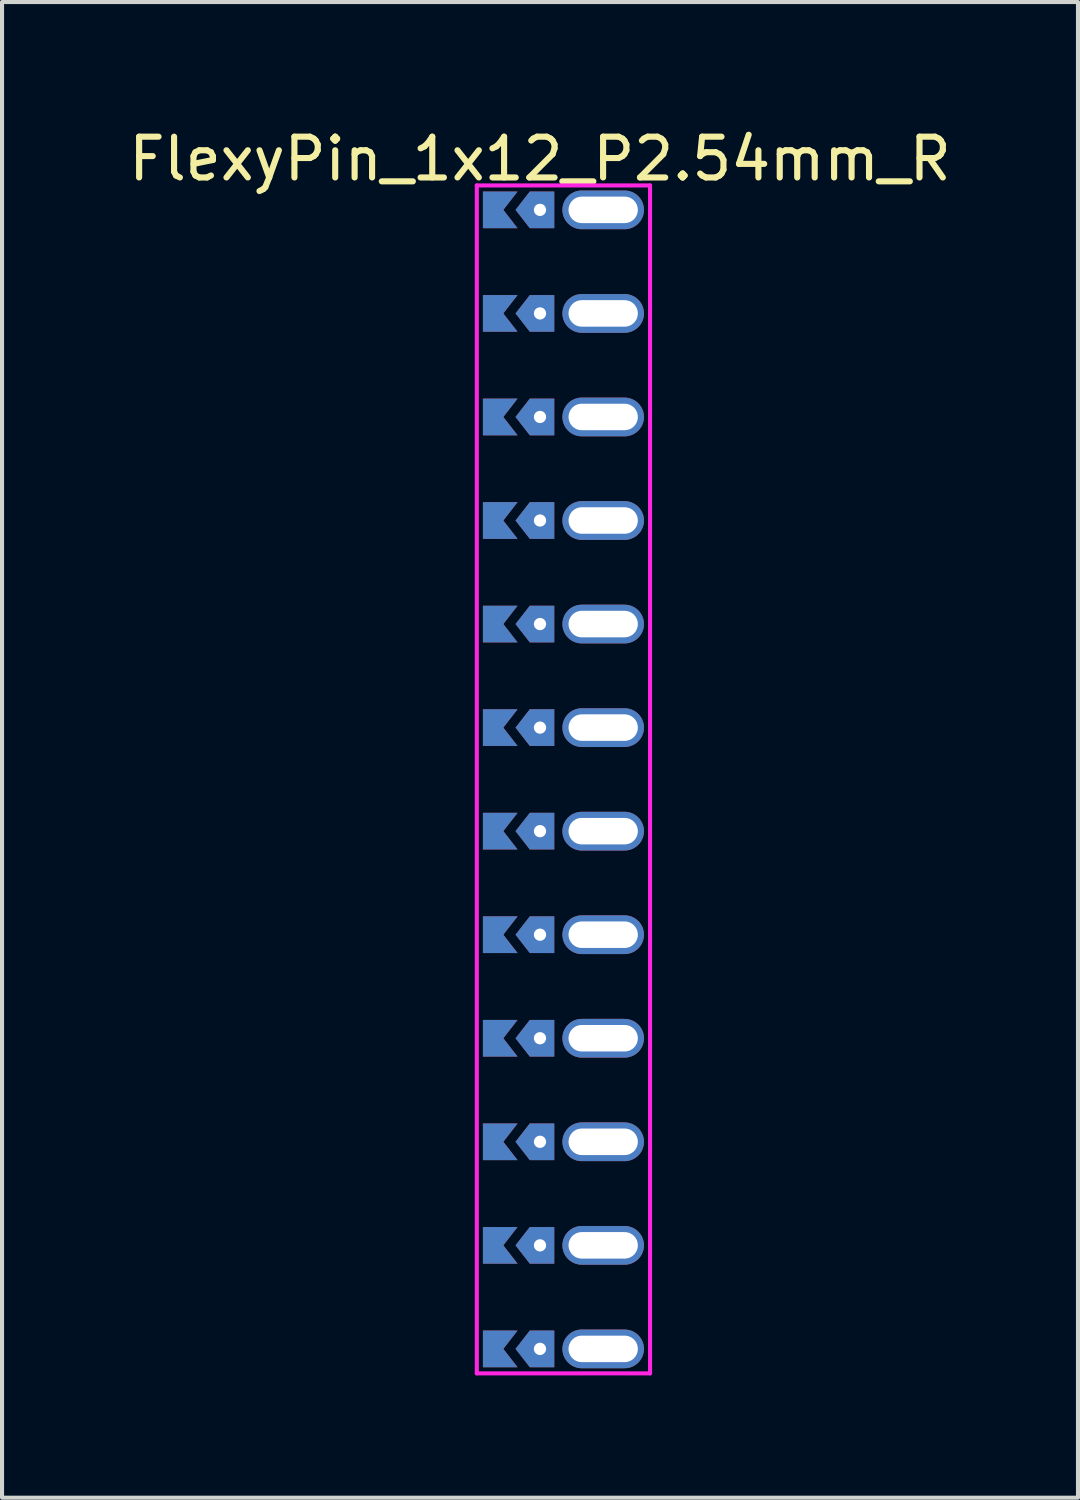
<source format=kicad_pcb>
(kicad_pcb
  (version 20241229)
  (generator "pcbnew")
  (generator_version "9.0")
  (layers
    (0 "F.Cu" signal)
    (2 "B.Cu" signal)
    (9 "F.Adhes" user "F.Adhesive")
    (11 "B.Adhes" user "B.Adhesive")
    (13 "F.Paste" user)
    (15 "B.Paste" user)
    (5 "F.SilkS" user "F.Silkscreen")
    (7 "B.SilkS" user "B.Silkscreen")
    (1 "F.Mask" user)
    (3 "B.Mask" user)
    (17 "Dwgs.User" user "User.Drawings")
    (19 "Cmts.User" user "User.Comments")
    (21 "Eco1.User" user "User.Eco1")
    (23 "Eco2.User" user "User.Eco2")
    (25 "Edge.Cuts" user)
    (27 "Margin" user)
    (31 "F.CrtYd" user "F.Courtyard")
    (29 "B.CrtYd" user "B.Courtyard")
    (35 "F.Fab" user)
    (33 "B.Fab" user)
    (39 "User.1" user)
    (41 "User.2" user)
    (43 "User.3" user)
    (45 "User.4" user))
  (footprint "FlexyPin_1x12_P2.54mm_R"
    (layer "F.Cu")
    (at 10.196 2.098)
    (property "Reference" "FlexyPin_1x12_P2.54mm_R" (at 0 -1.25 0) (layer "F.SilkS") (effects (font (size 1 1) (thickness 0.15))))
    (attr through_hole)
    (fp_line (start -1.55 -0.6) (end 2.7 -0.6) (stroke (width 0.1) (type solid)) (layer "F.CrtYd"))
    (fp_line (start -1.55 28.54) (end -1.55 -0.6) (stroke (width 0.1) (type solid)) (layer "F.CrtYd"))
    (fp_line (start 2.7 -0.6) (end 2.7 28.54) (stroke (width 0.1) (type solid)) (layer "F.CrtYd"))
    (fp_line (start 2.7 28.54) (end -1.55 28.54) (stroke (width 0.1) (type solid)) (layer "F.CrtYd"))
    (pad "" thru_hole custom (at 0 0) (size 0.3 0.3) (drill 0.6) (layers "*.Cu" "*.Mask") (options (anchor rect)) (primitives (gr_poly (pts (xy 0.35 0.45) (xy 0.35 -0.45) (xy -0.25 -0.45) (xy -0.6 0) (xy -0.25 0.45)) (width 0) (fill yes))))
    (pad "" thru_hole custom (at 0 2.54) (size 0.3 0.3) (drill 0.6) (layers "*.Cu" "*.Mask") (options (anchor rect)) (primitives (gr_poly (pts (xy 0.35 0.45) (xy 0.35 -0.45) (xy -0.25 -0.45) (xy -0.6 0) (xy -0.25 0.45)) (width 0) (fill yes))))
    (pad "" thru_hole custom (at 0 5.08) (size 0.3 0.3) (drill 0.6) (layers "*.Cu" "*.Mask") (options (anchor rect)) (primitives (gr_poly (pts (xy 0.35 0.45) (xy 0.35 -0.45) (xy -0.25 -0.45) (xy -0.6 0) (xy -0.25 0.45)) (width 0) (fill yes))))
    (pad "" thru_hole custom (at 0 7.62) (size 0.3 0.3) (drill 0.6) (layers "*.Cu" "*.Mask") (options (anchor rect)) (primitives (gr_poly (pts (xy 0.35 0.45) (xy 0.35 -0.45) (xy -0.25 -0.45) (xy -0.6 0) (xy -0.25 0.45)) (width 0) (fill yes))))
    (pad "" thru_hole custom (at 0 10.16) (size 0.3 0.3) (drill 0.6) (layers "*.Cu" "*.Mask") (options (anchor rect)) (primitives (gr_poly (pts (xy 0.35 0.45) (xy 0.35 -0.45) (xy -0.25 -0.45) (xy -0.6 0) (xy -0.25 0.45)) (width 0) (fill yes))))
    (pad "" thru_hole custom (at 0 12.7) (size 0.3 0.3) (drill 0.6) (layers "*.Cu" "*.Mask") (options (anchor rect)) (primitives (gr_poly (pts (xy 0.35 0.45) (xy 0.35 -0.45) (xy -0.25 -0.45) (xy -0.6 0) (xy -0.25 0.45)) (width 0) (fill yes))))
    (pad "" thru_hole custom (at 0 15.24) (size 0.3 0.3) (drill 0.6) (layers "*.Cu" "*.Mask") (options (anchor rect)) (primitives (gr_poly (pts (xy 0.35 0.45) (xy 0.35 -0.45) (xy -0.25 -0.45) (xy -0.6 0) (xy -0.25 0.45)) (width 0) (fill yes))))
    (pad "" thru_hole custom (at 0 17.78) (size 0.3 0.3) (drill 0.6) (layers "*.Cu" "*.Mask") (options (anchor rect)) (primitives (gr_poly (pts (xy 0.35 0.45) (xy 0.35 -0.45) (xy -0.25 -0.45) (xy -0.6 0) (xy -0.25 0.45)) (width 0) (fill yes))))
    (pad "" thru_hole custom (at 0 20.32) (size 0.3 0.3) (drill 0.6) (layers "*.Cu" "*.Mask") (options (anchor rect)) (primitives (gr_poly (pts (xy 0.35 0.45) (xy 0.35 -0.45) (xy -0.25 -0.45) (xy -0.6 0) (xy -0.25 0.45)) (width 0) (fill yes))))
    (pad "" thru_hole custom (at 0 22.86) (size 0.3 0.3) (drill 0.6) (layers "*.Cu" "*.Mask") (options (anchor rect)) (primitives (gr_poly (pts (xy 0.35 0.45) (xy 0.35 -0.45) (xy -0.25 -0.45) (xy -0.6 0) (xy -0.25 0.45)) (width 0) (fill yes))))
    (pad "" thru_hole custom (at 0 25.4) (size 0.3 0.3) (drill 0.6) (layers "*.Cu" "*.Mask") (options (anchor rect)) (primitives (gr_poly (pts (xy 0.35 0.45) (xy 0.35 -0.45) (xy -0.25 -0.45) (xy -0.6 0) (xy -0.25 0.45)) (width 0) (fill yes))))
    (pad "" thru_hole custom (at 0 27.94) (size 0.3 0.3) (drill 0.6) (layers "*.Cu" "*.Mask") (options (anchor rect)) (primitives (gr_poly (pts (xy 0.35 0.45) (xy 0.35 -0.45) (xy -0.25 -0.45) (xy -0.6 0) (xy -0.25 0.45)) (width 0) (fill yes))))
    (pad "" thru_hole oval (at 1.55 0) (size 2 0.95) (drill oval 1.7 0.65) (layers "*.Cu" "*.Mask"))
    (pad "" thru_hole oval (at 1.55 2.54) (size 2 0.95) (drill oval 1.7 0.65) (layers "*.Cu" "*.Mask"))
    (pad "" thru_hole oval (at 1.55 5.08) (size 2 0.95) (drill oval 1.7 0.65) (layers "*.Cu" "*.Mask"))
    (pad "" thru_hole oval (at 1.55 7.62) (size 2 0.95) (drill oval 1.7 0.65) (layers "*.Cu" "*.Mask"))
    (pad "" thru_hole oval (at 1.55 10.16) (size 2 0.95) (drill oval 1.7 0.65) (layers "*.Cu" "*.Mask"))
    (pad "" thru_hole oval (at 1.55 12.7) (size 2 0.95) (drill oval 1.7 0.65) (layers "*.Cu" "*.Mask"))
    (pad "" thru_hole oval (at 1.55 15.24) (size 2 0.95) (drill oval 1.7 0.65) (layers "*.Cu" "*.Mask"))
    (pad "" thru_hole oval (at 1.55 17.78) (size 2 0.95) (drill oval 1.7 0.65) (layers "*.Cu" "*.Mask"))
    (pad "" thru_hole oval (at 1.55 20.32) (size 2 0.95) (drill oval 1.7 0.65) (layers "*.Cu" "*.Mask"))
    (pad "" thru_hole oval (at 1.55 22.86) (size 2 0.95) (drill oval 1.7 0.65) (layers "*.Cu" "*.Mask"))
    (pad "" thru_hole oval (at 1.55 25.4) (size 2 0.95) (drill oval 1.7 0.65) (layers "*.Cu" "*.Mask"))
    (pad "" thru_hole oval (at 1.55 27.94) (size 2 0.95) (drill oval 1.7 0.65) (layers "*.Cu" "*.Mask"))
    (pad "1" smd custom (at -0.9 0) (size 0.01 0.01) (layers "F.Cu" "F.Mask") (options (anchor rect)) (primitives (gr_poly (pts (xy 0 0) (xy 0.35 0.45) (xy -0.5 0.45) (xy -0.5 -0.45) (xy 0.35 -0.45)) (width 0) (fill yes))))
    (pad "2" smd custom (at -0.9 2.54) (size 0.01 0.01) (layers "F.Cu" "F.Mask") (options (anchor rect)) (primitives (gr_poly (pts (xy 0 0) (xy 0.35 0.45) (xy -0.5 0.45) (xy -0.5 -0.45) (xy 0.35 -0.45)) (width 0) (fill yes))))
    (pad "3" smd custom (at -0.9 5.08) (size 0.01 0.01) (layers "F.Cu" "F.Mask") (options (anchor rect)) (primitives (gr_poly (pts (xy 0 0) (xy 0.35 0.45) (xy -0.5 0.45) (xy -0.5 -0.45) (xy 0.35 -0.45)) (width 0) (fill yes))))
    (pad "4" smd custom (at -0.9 7.62) (size 0.01 0.01) (layers "F.Cu" "F.Mask") (options (anchor rect)) (primitives (gr_poly (pts (xy 0 0) (xy 0.35 0.45) (xy -0.5 0.45) (xy -0.5 -0.45) (xy 0.35 -0.45)) (width 0) (fill yes))))
    (pad "5" smd custom (at -0.9 10.16) (size 0.01 0.01) (layers "F.Cu" "F.Mask") (options (anchor rect)) (primitives (gr_poly (pts (xy 0 0) (xy 0.35 0.45) (xy -0.5 0.45) (xy -0.5 -0.45) (xy 0.35 -0.45)) (width 0) (fill yes))))
    (pad "6" smd custom (at -0.9 12.7) (size 0.01 0.01) (layers "F.Cu" "F.Mask") (options (anchor rect)) (primitives (gr_poly (pts (xy 0 0) (xy 0.35 0.45) (xy -0.5 0.45) (xy -0.5 -0.45) (xy 0.35 -0.45)) (width 0) (fill yes))))
    (pad "7" smd custom (at -0.9 15.24) (size 0.01 0.01) (layers "F.Cu" "F.Mask") (options (anchor rect)) (primitives (gr_poly (pts (xy 0 0) (xy 0.35 0.45) (xy -0.5 0.45) (xy -0.5 -0.45) (xy 0.35 -0.45)) (width 0) (fill yes))))
    (pad "8" smd custom (at -0.9 17.78) (size 0.01 0.01) (layers "F.Cu" "F.Mask") (options (anchor rect)) (primitives (gr_poly (pts (xy 0 0) (xy 0.35 0.45) (xy -0.5 0.45) (xy -0.5 -0.45) (xy 0.35 -0.45)) (width 0) (fill yes))))
    (pad "9" smd custom (at -0.9 20.32) (size 0.01 0.01) (layers "F.Cu" "F.Mask") (options (anchor rect)) (primitives (gr_poly (pts (xy 0 0) (xy 0.35 0.45) (xy -0.5 0.45) (xy -0.5 -0.45) (xy 0.35 -0.45)) (width 0) (fill yes))))
    (pad "10" smd custom (at -0.9 22.86) (size 0.01 0.01) (layers "F.Cu" "F.Mask") (options (anchor rect)) (primitives (gr_poly (pts (xy 0 0) (xy 0.35 0.45) (xy -0.5 0.45) (xy -0.5 -0.45) (xy 0.35 -0.45)) (width 0) (fill yes))))
    (pad "11" smd custom (at -0.9 25.4) (size 0.01 0.01) (layers "F.Cu" "F.Mask") (options (anchor rect)) (primitives (gr_poly (pts (xy 0 0) (xy 0.35 0.45) (xy -0.5 0.45) (xy -0.5 -0.45) (xy 0.35 -0.45)) (width 0) (fill yes))))
    (pad "12" smd custom (at -0.9 27.94) (size 0.01 0.01) (layers "F.Cu" "F.Mask") (options (anchor rect)) (primitives (gr_poly (pts (xy 0 0) (xy 0.35 0.45) (xy -0.5 0.45) (xy -0.5 -0.45) (xy 0.35 -0.45)) (width 0) (fill yes))))
    (pad "13" smd custom (at -0.9 0) (size 0.01 0.01) (layers "B.Cu" "B.Mask") (options (anchor rect)) (primitives (gr_poly (pts (xy 0 0) (xy 0.35 0.45) (xy -0.5 0.45) (xy -0.5 -0.45) (xy 0.35 -0.45)) (width 0) (fill yes))))
    (pad "14" smd custom (at -0.9 2.54) (size 0.01 0.01) (layers "B.Cu" "B.Mask") (options (anchor rect)) (primitives (gr_poly (pts (xy 0 0) (xy 0.35 0.45) (xy -0.5 0.45) (xy -0.5 -0.45) (xy 0.35 -0.45)) (width 0) (fill yes))))
    (pad "15" smd custom (at -0.9 5.08) (size 0.01 0.01) (layers "B.Cu" "B.Mask") (options (anchor rect)) (primitives (gr_poly (pts (xy 0 0) (xy 0.35 0.45) (xy -0.5 0.45) (xy -0.5 -0.45) (xy 0.35 -0.45)) (width 0) (fill yes))))
    (pad "16" smd custom (at -0.9 7.62) (size 0.01 0.01) (layers "B.Cu" "B.Mask") (options (anchor rect)) (primitives (gr_poly (pts (xy 0 0) (xy 0.35 0.45) (xy -0.5 0.45) (xy -0.5 -0.45) (xy 0.35 -0.45)) (width 0) (fill yes))))
    (pad "17" smd custom (at -0.9 10.16) (size 0.01 0.01) (layers "B.Cu" "B.Mask") (options (anchor rect)) (primitives (gr_poly (pts (xy 0 0) (xy 0.35 0.45) (xy -0.5 0.45) (xy -0.5 -0.45) (xy 0.35 -0.45)) (width 0) (fill yes))))
    (pad "18" smd custom (at -0.9 12.7) (size 0.01 0.01) (layers "B.Cu" "B.Mask") (options (anchor rect)) (primitives (gr_poly (pts (xy 0 0) (xy 0.35 0.45) (xy -0.5 0.45) (xy -0.5 -0.45) (xy 0.35 -0.45)) (width 0) (fill yes))))
    (pad "19" smd custom (at -0.9 15.24) (size 0.01 0.01) (layers "B.Cu" "B.Mask") (options (anchor rect)) (primitives (gr_poly (pts (xy 0 0) (xy 0.35 0.45) (xy -0.5 0.45) (xy -0.5 -0.45) (xy 0.35 -0.45)) (width 0) (fill yes))))
    (pad "20" smd custom (at -0.9 17.78) (size 0.01 0.01) (layers "B.Cu" "B.Mask") (options (anchor rect)) (primitives (gr_poly (pts (xy 0 0) (xy 0.35 0.45) (xy -0.5 0.45) (xy -0.5 -0.45) (xy 0.35 -0.45)) (width 0) (fill yes))))
    (pad "21" smd custom (at -0.9 20.32) (size 0.01 0.01) (layers "B.Cu" "B.Mask") (options (anchor rect)) (primitives (gr_poly (pts (xy 0 0) (xy 0.35 0.45) (xy -0.5 0.45) (xy -0.5 -0.45) (xy 0.35 -0.45)) (width 0) (fill yes))))
    (pad "22" smd custom (at -0.9 22.86) (size 0.01 0.01) (layers "B.Cu" "B.Mask") (options (anchor rect)) (primitives (gr_poly (pts (xy 0 0) (xy 0.35 0.45) (xy -0.5 0.45) (xy -0.5 -0.45) (xy 0.35 -0.45)) (width 0) (fill yes))))
    (pad "23" smd custom (at -0.9 25.4) (size 0.01 0.01) (layers "B.Cu" "B.Mask") (options (anchor rect)) (primitives (gr_poly (pts (xy 0 0) (xy 0.35 0.45) (xy -0.5 0.45) (xy -0.5 -0.45) (xy 0.35 -0.45)) (width 0) (fill yes))))
    (pad "24" smd custom (at -0.9 27.94) (size 0.01 0.01) (layers "B.Cu" "B.Mask") (options (anchor rect)) (primitives (gr_poly (pts (xy 0 0) (xy 0.35 0.45) (xy -0.5 0.45) (xy -0.5 -0.45) (xy 0.35 -0.45)) (width 0) (fill yes)))))
  (gr_rect
    (start -3 -3)
    (end 23.393 33.688)
    (stroke (width 0.1) (type default))
    (fill no)
    (layer "Edge.Cuts")))
</source>
